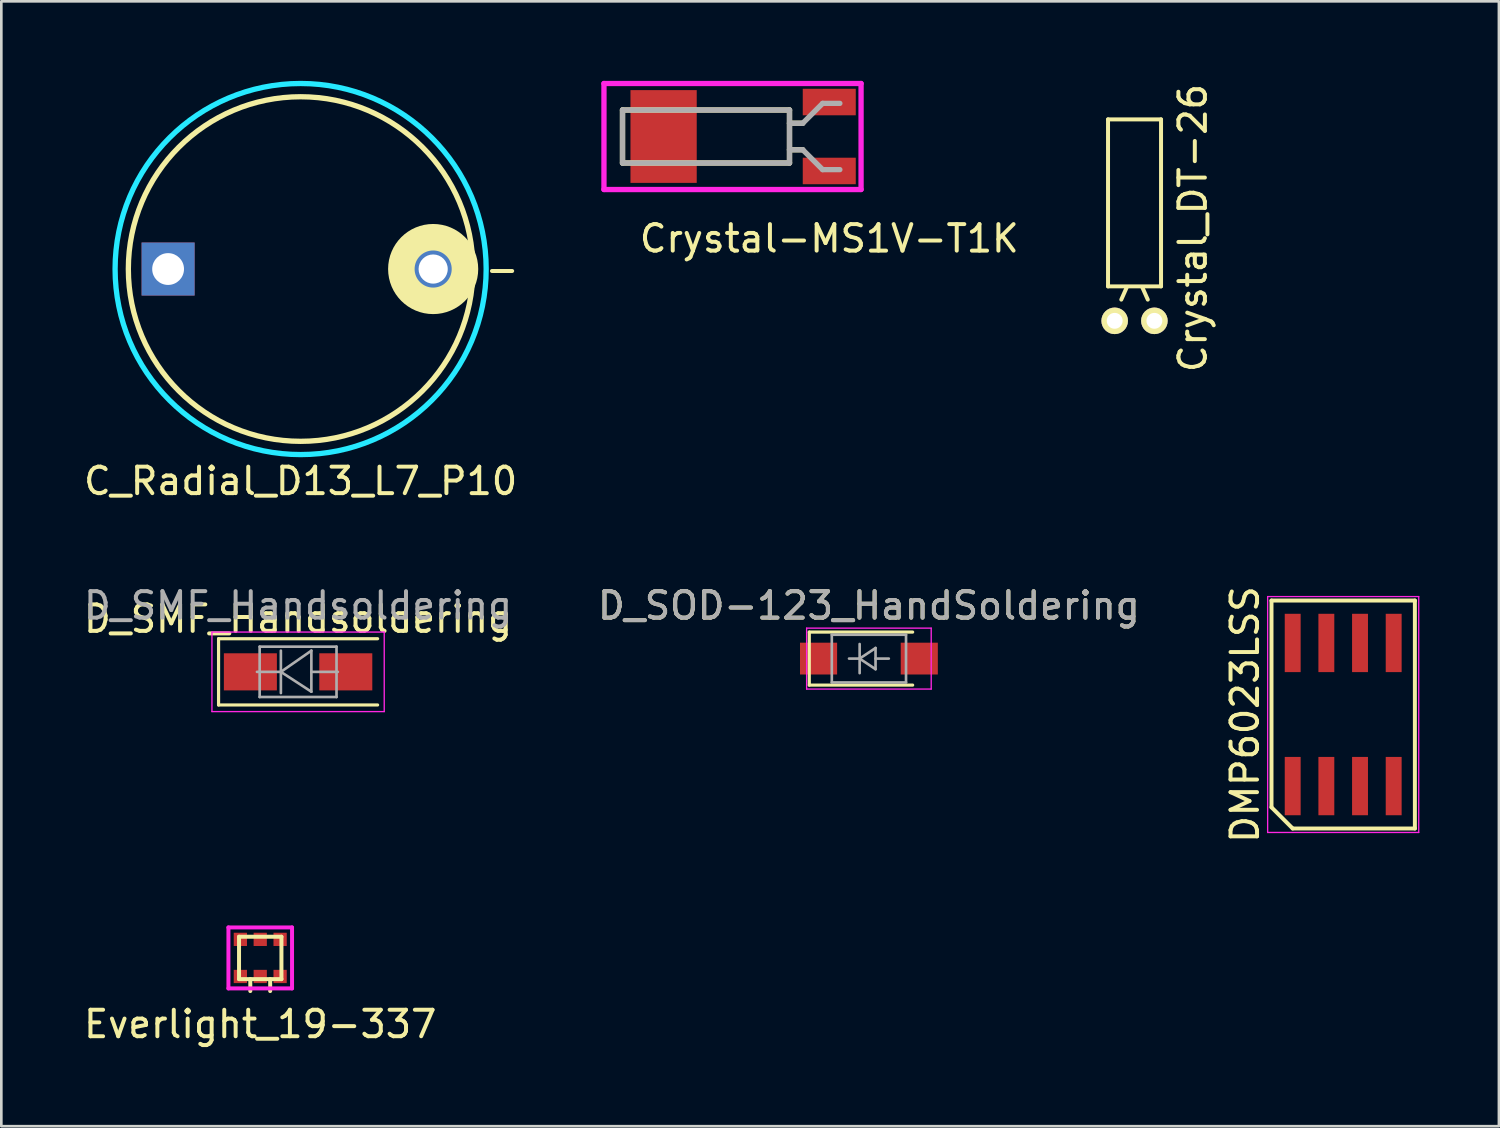
<source format=kicad_pcb>
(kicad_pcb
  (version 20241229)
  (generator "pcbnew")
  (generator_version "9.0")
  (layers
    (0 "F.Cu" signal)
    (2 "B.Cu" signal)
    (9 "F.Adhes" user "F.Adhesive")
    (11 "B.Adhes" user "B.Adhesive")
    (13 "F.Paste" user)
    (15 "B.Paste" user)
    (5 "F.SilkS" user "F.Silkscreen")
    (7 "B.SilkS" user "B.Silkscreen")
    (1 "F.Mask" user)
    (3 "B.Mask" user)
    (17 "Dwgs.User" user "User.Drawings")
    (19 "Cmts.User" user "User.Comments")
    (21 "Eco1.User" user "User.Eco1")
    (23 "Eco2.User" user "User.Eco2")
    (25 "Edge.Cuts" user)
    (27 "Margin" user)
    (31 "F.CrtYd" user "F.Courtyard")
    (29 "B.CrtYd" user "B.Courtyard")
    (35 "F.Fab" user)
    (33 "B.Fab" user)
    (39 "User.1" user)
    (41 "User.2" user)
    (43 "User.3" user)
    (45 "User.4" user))
  (footprint "Crystal_DT-26"
    (layer "F.Cu")
    (at 39.753 9.054)
    (property "Reference" "Crystal_DT-26" (at 2.2 -3.5 270) (layer "F.SilkS") (effects (font (size 1 1) (thickness 0.15))))
    (attr through_hole)
    (fp_line (start -1 -7.6) (end -1 -1.3) (stroke (width 0.15) (type solid)) (layer "F.SilkS"))
    (fp_line (start -0.3 -1.25) (end -0.5 -0.8) (stroke (width 0.15) (type solid)) (layer "F.SilkS"))
    (fp_line (start 0.3 -1.25) (end 0.5 -0.8) (stroke (width 0.15) (type solid)) (layer "F.SilkS"))
    (fp_line (start 1 -7.6) (end -1 -7.6) (stroke (width 0.15) (type solid)) (layer "F.SilkS"))
    (fp_line (start 1 -1.3) (end -1 -1.3) (stroke (width 0.15) (type solid)) (layer "F.SilkS"))
    (fp_line (start 1 -1.3) (end 1 -7.6) (stroke (width 0.15) (type solid)) (layer "F.SilkS"))
    (pad "1" thru_hole circle (at -0.749 0) (size 1.001 1.001) (drill 0.599) (layers "*.Cu" "*.Mask" "F.SilkS"))
    (pad "2" thru_hole circle (at 0.749 0) (size 1.001 1.001) (drill 0.599) (layers "*.Cu" "*.Mask" "F.SilkS")))
  (footprint "C_Radial_D13_L7_P10"
    (layer "F.Cu")
    (at 3.292 7.1)
    (property "Reference" "C_Radial_D13_L7_P10" (at 5 8 0) (layer "F.SilkS") (effects (font (size 1 1) (thickness 0.15))))
    (attr through_hole)
    (fp_circle (center 5 0) (end 11.5 0) (stroke (width 0.2) (type solid)) (fill no) (layer "F.SilkS"))
    (fp_circle (center 10 0) (end 11.2 0) (stroke (width 1) (type solid)) (fill no) (layer "F.SilkS"))
    (fp_circle (center 5 0) (end 12 0) (stroke (width 0.2) (type solid)) (fill no) (layer "B.CrtYd"))
    (fp_text user "-" (at 12.6 0 0) (layer "F.SilkS") (effects (font (size 1 1) (thickness 0.15))))
    (pad "1" thru_hole rect (at 0 0) (size 2 2) (drill 1.2) (layers "*.Cu" "*.Mask"))
    (pad "2" thru_hole circle (at 10 0) (size 2 2) (drill 1.1) (layers "*.Cu" "*.Mask")))
  (footprint "D_SOD-123_HandSoldering"
    (layer "F.Cu")
    (at 29.732 21.797)
    (property "Reference" "D_SOD-123_HandSoldering" (at 0 -2 0) (layer "F.SilkS") (effects (font (size 1 1) (thickness 0.15))))
    (attr smd)
    (fp_line (start -2.25 -1) (end -2.25 1) (stroke (width 0.12) (type solid)) (layer "F.SilkS"))
    (fp_line (start -2.25 -1) (end 1.65 -1) (stroke (width 0.12) (type solid)) (layer "F.SilkS"))
    (fp_line (start -2.25 1) (end 1.65 1) (stroke (width 0.12) (type solid)) (layer "F.SilkS"))
    (fp_line (start -2.35 -1.15) (end -2.35 1.15) (stroke (width 0.05) (type solid)) (layer "F.CrtYd"))
    (fp_line (start -2.35 -1.15) (end 2.35 -1.15) (stroke (width 0.05) (type solid)) (layer "F.CrtYd"))
    (fp_line (start 2.35 -1.15) (end 2.35 1.15) (stroke (width 0.05) (type solid)) (layer "F.CrtYd"))
    (fp_line (start 2.35 1.15) (end -2.35 1.15) (stroke (width 0.05) (type solid)) (layer "F.CrtYd"))
    (fp_line (start -1.4 -0.9) (end 1.4 -0.9) (stroke (width 0.1) (type solid)) (layer "F.Fab"))
    (fp_line (start -1.4 0.9) (end -1.4 -0.9) (stroke (width 0.1) (type solid)) (layer "F.Fab"))
    (fp_line (start -0.75 0) (end -0.35 0) (stroke (width 0.1) (type solid)) (layer "F.Fab"))
    (fp_line (start -0.35 0) (end -0.35 -0.55) (stroke (width 0.1) (type solid)) (layer "F.Fab"))
    (fp_line (start -0.35 0) (end -0.35 0.55) (stroke (width 0.1) (type solid)) (layer "F.Fab"))
    (fp_line (start -0.35 0) (end 0.25 -0.4) (stroke (width 0.1) (type solid)) (layer "F.Fab"))
    (fp_line (start 0.25 -0.4) (end 0.25 0.4) (stroke (width 0.1) (type solid)) (layer "F.Fab"))
    (fp_line (start 0.25 0) (end 0.75 0) (stroke (width 0.1) (type solid)) (layer "F.Fab"))
    (fp_line (start 0.25 0.4) (end -0.35 0) (stroke (width 0.1) (type solid)) (layer "F.Fab"))
    (fp_line (start 1.4 -0.9) (end 1.4 0.9) (stroke (width 0.1) (type solid)) (layer "F.Fab"))
    (fp_line (start 1.4 0.9) (end -1.4 0.9) (stroke (width 0.1) (type solid)) (layer "F.Fab"))
    (fp_text user "${REFERENCE}" (at 0 -2 0) (layer "F.Fab") (effects (font (size 1 1) (thickness 0.15))))
    (pad "1" smd rect (at -1.9 0) (size 1.4 1.2) (layers "F.Cu" "F.Mask" "F.Paste"))
    (pad "2" smd rect (at 1.9 0) (size 1.4 1.2) (layers "F.Cu" "F.Mask" "F.Paste")))
  (footprint "D_SMF_Handsoldering"
    (layer "F.Cu")
    (at 8.196 22.297)
    (property "Reference" "D_SMF_Handsoldering" (at 0 -2 0) (layer "F.SilkS") (effects (font (size 1 1) (thickness 0.15))))
    (attr smd)
    (fp_line (start -3 -1.25) (end -3 1.25) (stroke (width 0.12) (type solid)) (layer "F.SilkS"))
    (fp_line (start -3 -1.25) (end 3 -1.25) (stroke (width 0.12) (type solid)) (layer "F.SilkS"))
    (fp_line (start -3 1.25) (end 3 1.25) (stroke (width 0.12) (type solid)) (layer "F.SilkS"))
    (fp_line (start -3.25 -1.5) (end 3.25 -1.5) (stroke (width 0.05) (type solid)) (layer "F.CrtYd"))
    (fp_line (start -3.25 1.5) (end -3.25 -1.5) (stroke (width 0.05) (type solid)) (layer "F.CrtYd"))
    (fp_line (start 3.25 -1.5) (end 3.25 1.5) (stroke (width 0.05) (type solid)) (layer "F.CrtYd"))
    (fp_line (start 3.25 1.5) (end -3.25 1.5) (stroke (width 0.05) (type solid)) (layer "F.CrtYd"))
    (fp_line (start -1.45 0.95) (end -1.45 -0.95) (stroke (width 0.1) (type solid)) (layer "F.Fab"))
    (fp_line (start -0.649 -0.799) (end -0.649 0.801) (stroke (width 0.1) (type solid)) (layer "F.Fab"))
    (fp_line (start -0.649 0.001) (end -1.551 0.001) (stroke (width 0.1) (type solid)) (layer "F.Fab"))
    (fp_line (start -0.649 0.001) (end 0.501 -0.799) (stroke (width 0.1) (type solid)) (layer "F.Fab"))
    (fp_line (start -0.649 0.001) (end 0.501 0.75) (stroke (width 0.1) (type solid)) (layer "F.Fab"))
    (fp_line (start 0.501 0.001) (end 1.499 0.001) (stroke (width 0.1) (type solid)) (layer "F.Fab"))
    (fp_line (start 0.501 0.75) (end 0.501 -0.799) (stroke (width 0.1) (type solid)) (layer "F.Fab"))
    (fp_line (start 1.45 -0.95) (end -1.45 -0.95) (stroke (width 0.1) (type solid)) (layer "F.Fab"))
    (fp_line (start 1.45 -0.95) (end 1.45 0.95) (stroke (width 0.1) (type solid)) (layer "F.Fab"))
    (fp_line (start 1.45 0.95) (end -1.45 0.95) (stroke (width 0.1) (type solid)) (layer "F.Fab"))
    (fp_text user "${REFERENCE}" (at 0 -2.5 0) (layer "F.Fab") (effects (font (size 1 1) (thickness 0.15))))
    (pad "1" smd rect (at -1.8 0) (size 2 1.4) (layers "F.Cu" "F.Mask" "F.Paste"))
    (pad "2" smd rect (at 1.8 0) (size 2 1.4) (layers "F.Cu" "F.Mask" "F.Paste")))
  (footprint "DMP6023LSS"
    (layer "F.Cu")
    (at 47.625 23.907)
    (property "Reference" "DMP6023LSS" (at -3.705 0 90) (layer "F.SilkS") (effects (font (size 1 1) (thickness 0.15))))
    (attr smd)
    (fp_line (start -2.705 -4.3) (end 2.705 -4.3) (stroke (width 0.15) (type solid)) (layer "F.SilkS"))
    (fp_line (start -2.705 3.5) (end -2.705 -4.3) (stroke (width 0.15) (type solid)) (layer "F.SilkS"))
    (fp_line (start -1.905 4.3) (end -2.705 3.5) (stroke (width 0.15) (type solid)) (layer "F.SilkS"))
    (fp_line (start 2.705 -4.3) (end 2.705 4.3) (stroke (width 0.15) (type solid)) (layer "F.SilkS"))
    (fp_line (start 2.705 4.3) (end -1.905 4.3) (stroke (width 0.15) (type solid)) (layer "F.SilkS"))
    (fp_line (start -2.85 -4.45) (end 2.85 -4.45) (stroke (width 0.05) (type solid)) (layer "F.CrtYd"))
    (fp_line (start -2.85 4.45) (end -2.85 -4.45) (stroke (width 0.05) (type solid)) (layer "F.CrtYd"))
    (fp_line (start 2.85 -4.45) (end 2.85 4.45) (stroke (width 0.05) (type solid)) (layer "F.CrtYd"))
    (fp_line (start 2.85 4.45) (end -2.85 4.45) (stroke (width 0.05) (type solid)) (layer "F.CrtYd"))
    (pad "1" smd rect (at -1.905 2.7) (size 0.6 2.2) (layers "F.Cu" "F.Mask" "F.Paste"))
    (pad "1" smd rect (at -0.635 2.7) (size 0.6 2.2) (layers "F.Cu" "F.Mask" "F.Paste"))
    (pad "1" smd rect (at 0.635 2.7) (size 0.6 2.2) (layers "F.Cu" "F.Mask" "F.Paste"))
    (pad "4" smd rect (at 1.905 2.7) (size 0.6 2.2) (layers "F.Cu" "F.Mask" "F.Paste"))
    (pad "5" smd rect (at -1.905 -2.7) (size 0.6 2.2) (layers "F.Cu" "F.Mask" "F.Paste"))
    (pad "5" smd rect (at -0.635 -2.7) (size 0.6 2.2) (layers "F.Cu" "F.Mask" "F.Paste"))
    (pad "5" smd rect (at 0.635 -2.7) (size 0.6 2.2) (layers "F.Cu" "F.Mask" "F.Paste"))
    (pad "5" smd rect (at 1.905 -2.7) (size 0.6 2.2) (layers "F.Cu" "F.Mask" "F.Paste")))
  (footprint "Everlight_19-337"
    (layer "F.Cu")
    (at 6.768 33.09)
    (property "Reference" "Everlight_19-337" (at 0 2.5 0) (layer "F.SilkS") (effects (font (size 1 1) (thickness 0.15))))
    (attr through_hole)
    (fp_line (start -0.8 -0.8) (end 0.8 -0.8) (stroke (width 0.15) (type solid)) (layer "F.SilkS"))
    (fp_line (start -0.8 0.8) (end -0.8 -0.8) (stroke (width 0.15) (type solid)) (layer "F.SilkS"))
    (fp_line (start -0.375 0.8) (end -0.375 1.25) (stroke (width 0.15) (type solid)) (layer "F.SilkS"))
    (fp_line (start 0.375 0.8) (end 0.375 1.25) (stroke (width 0.15) (type solid)) (layer "F.SilkS"))
    (fp_line (start 0.8 -0.8) (end 0.8 0.8) (stroke (width 0.15) (type solid)) (layer "F.SilkS"))
    (fp_line (start 0.8 0.8) (end -0.8 0.8) (stroke (width 0.15) (type solid)) (layer "F.SilkS"))
    (fp_line (start -1.2 -1.15) (end 1.2 -1.15) (stroke (width 0.15) (type solid)) (layer "F.CrtYd"))
    (fp_line (start -1.2 1.15) (end -1.2 -1.15) (stroke (width 0.15) (type solid)) (layer "F.CrtYd"))
    (fp_line (start 1.2 -1.15) (end 1.2 1.15) (stroke (width 0.15) (type solid)) (layer "F.CrtYd"))
    (fp_line (start 1.2 1.15) (end -1.2 1.15) (stroke (width 0.15) (type solid)) (layer "F.CrtYd"))
    (pad "1" smd rect (at -0.75 0.7) (size 0.5 0.5) (layers "F.Cu" "F.Mask" "F.Paste"))
    (pad "2" smd rect (at 0 0.7) (size 0.5 0.5) (layers "F.Cu" "F.Mask" "F.Paste"))
    (pad "3" smd rect (at 0.75 0.7) (size 0.5 0.5) (layers "F.Cu" "F.Mask" "F.Paste"))
    (pad "4" smd rect (at 0.75 -0.7) (size 0.5 0.5) (layers "F.Cu" "F.Mask" "F.Paste"))
    (pad "5" smd rect (at 0 -0.7) (size 0.5 0.5) (layers "F.Cu" "F.Mask" "F.Paste"))
    (pad "6" smd rect (at -0.75 -0.7) (size 0.5 0.5) (layers "F.Cu" "F.Mask" "F.Paste")))
  (footprint "Crystal-MS1V-T1K"
    (layer "F.Cu")
    (at 28.236 2.1)
    (property "Reference" "Crystal-MS1V-T1K" (at 0 3.85 0) (layer "F.SilkS") (effects (font (size 1 1) (thickness 0.15))))
    (attr through_hole)
    (fp_line (start -7.8 -1) (end -7.8 1) (stroke (width 0.2) (type solid)) (layer "F.SilkS"))
    (fp_line (start -7.8 1) (end -1.5 1) (stroke (width 0.2) (type solid)) (layer "F.SilkS"))
    (fp_line (start -1.5 -1) (end -7.8 -1) (stroke (width 0.2) (type solid)) (layer "F.SilkS"))
    (fp_line (start -1.5 -0.5) (end -1 -0.5) (stroke (width 0.2) (type solid)) (layer "F.SilkS"))
    (fp_line (start -1.5 0.5) (end -1 0.5) (stroke (width 0.2) (type solid)) (layer "F.SilkS"))
    (fp_line (start -1.5 1) (end -1.5 -1) (stroke (width 0.2) (type solid)) (layer "F.SilkS"))
    (fp_line (start -8.5 -2) (end 1.2 -2) (stroke (width 0.2) (type solid)) (layer "F.CrtYd"))
    (fp_line (start -8.5 2) (end -8.5 -2) (stroke (width 0.2) (type solid)) (layer "F.CrtYd"))
    (fp_line (start 1.2 -2) (end 1.2 2) (stroke (width 0.2) (type solid)) (layer "F.CrtYd"))
    (fp_line (start 1.2 2) (end -8.5 2) (stroke (width 0.2) (type solid)) (layer "F.CrtYd"))
    (fp_line (start -7.8 -1) (end -7.8 1) (stroke (width 0.2) (type solid)) (layer "F.Fab"))
    (fp_line (start -7.8 1) (end -1.5 1) (stroke (width 0.2) (type solid)) (layer "F.Fab"))
    (fp_line (start -1.5 -1) (end -7.8 -1) (stroke (width 0.2) (type solid)) (layer "F.Fab"))
    (fp_line (start -1.5 -0.5) (end -1 -0.5) (stroke (width 0.2) (type solid)) (layer "F.Fab"))
    (fp_line (start -1.5 0.5) (end -1 0.5) (stroke (width 0.2) (type solid)) (layer "F.Fab"))
    (fp_line (start -1.5 1) (end -1.5 -1) (stroke (width 0.2) (type solid)) (layer "F.Fab"))
    (fp_line (start -1 -0.5) (end -0.25 -1.25) (stroke (width 0.2) (type solid)) (layer "F.Fab"))
    (fp_line (start -1 0.5) (end -0.25 1.25) (stroke (width 0.2) (type solid)) (layer "F.Fab"))
    (fp_line (start -0.25 -1.25) (end 0.4 -1.25) (stroke (width 0.2) (type solid)) (layer "F.Fab"))
    (fp_line (start -0.25 1.25) (end 0.4 1.25) (stroke (width 0.2) (type solid)) (layer "F.Fab"))
    (pad "" smd rect (at -6.25 0) (size 2.5 3.5) (layers "F.Cu" "F.Mask" "F.Paste"))
    (pad "1" smd rect (at 0 1.3) (size 2 1) (layers "F.Cu" "F.Mask" "F.Paste"))
    (pad "2" smd rect (at 0 -1.3) (size 2 1) (layers "F.Cu" "F.Mask" "F.Paste")))
  (gr_rect
    (start -3 -3)
    (end 53.5 39.438)
    (stroke (width 0.1) (type default))
    (fill no)
    (layer "Edge.Cuts")))
</source>
